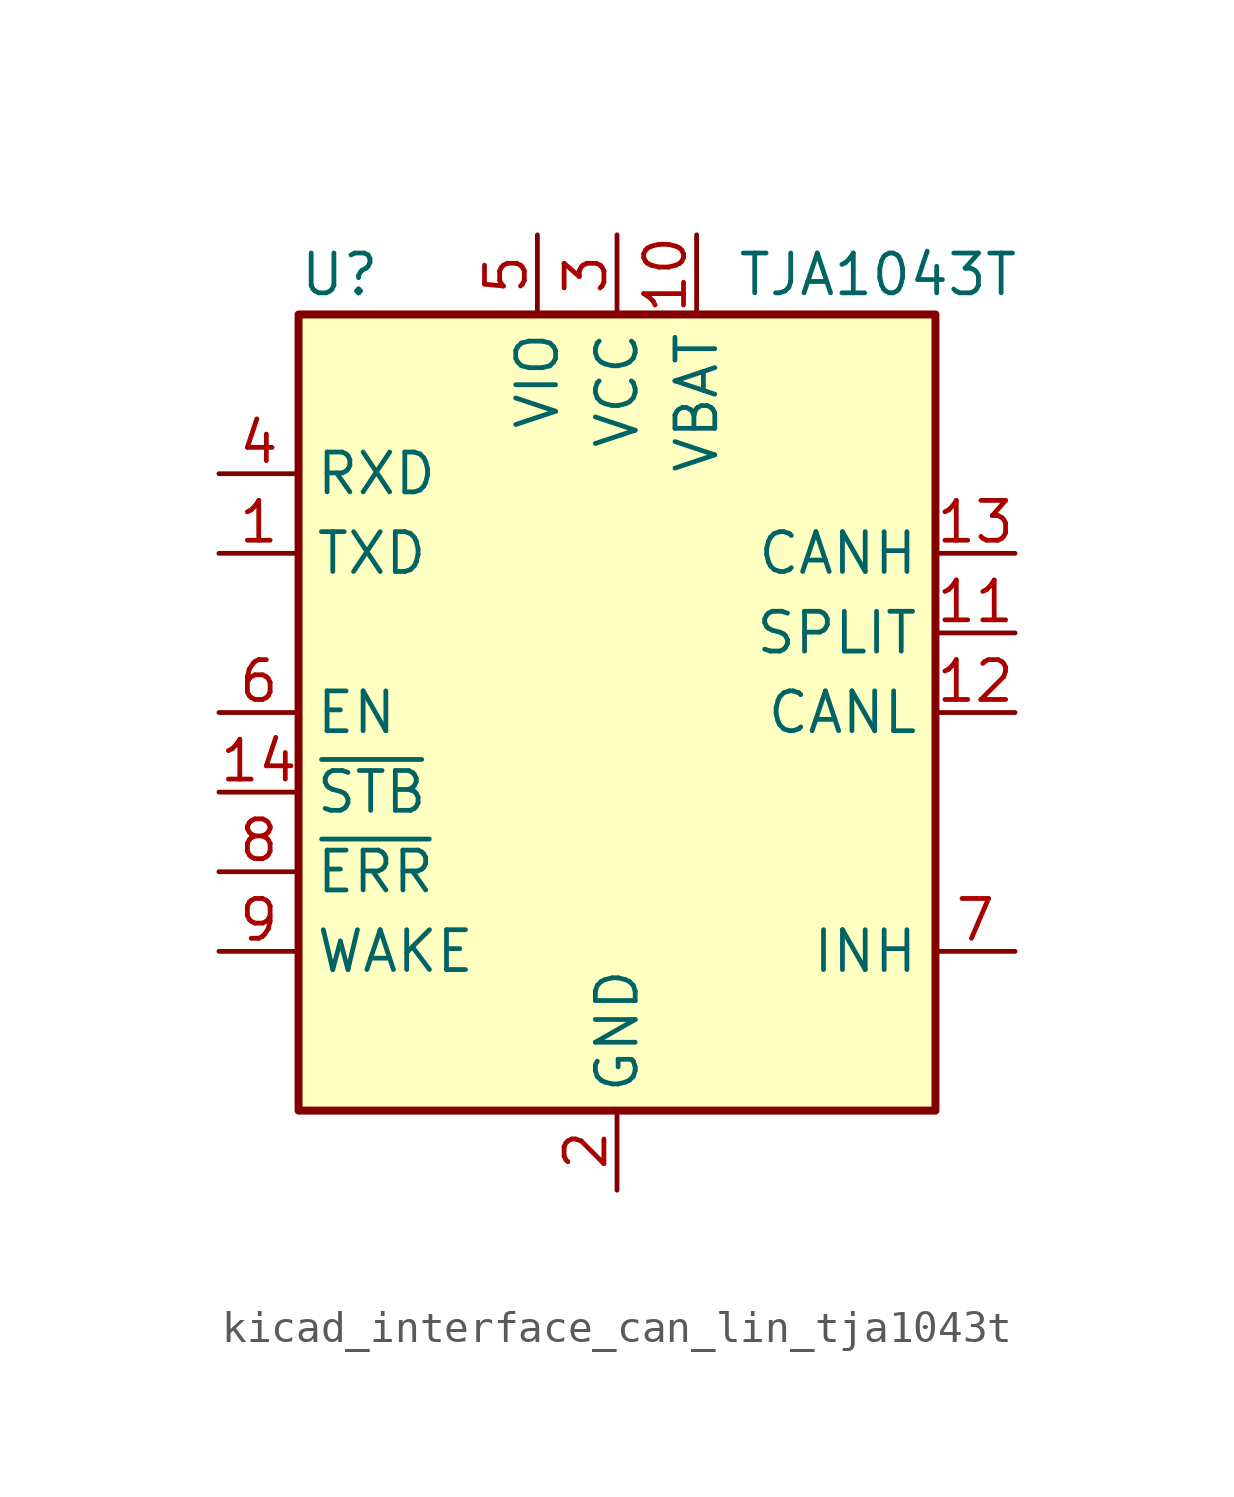
<source format=kicad_sym>
(kicad_symbol_lib
  (version 20220914)
  (generator kicad_symbol_editor)
  (symbol "kicad_interface_can_lin_tja1043t"
    (property "Reference" "U"
      (at -10.16 13.97 0)
      (effects (font (size 1.27 1.27)) (justify left)))
    (property "Value" "TJA1043T"
      (at 3.81 13.97 0)
      (effects (font (size 1.27 1.27)) (justify left)))
    (symbol "kicad_interface_can_lin_tja1043t_0_1"
      (rectangle (start -10.16 12.7) (end 10.16 -12.7) (stroke (width 0.254) (type default)) (fill (type background))))
    (symbol "kicad_interface_can_lin_tja1043t_1_1"
      (pin input line (at -12.7 5.08 0) (length 2.54) (name "TXD" (effects (font (size 1.27 1.27)))) (number "1" (effects (font (size 1.27 1.27)))))
      (pin power_in line (at 2.54 15.24 270) (length 2.54) (name "VBAT" (effects (font (size 1.27 1.27)))) (number "10" (effects (font (size 1.27 1.27)))))
      (pin output line (at 12.7 2.54 180) (length 2.54) (name "SPLIT" (effects (font (size 1.27 1.27)))) (number "11" (effects (font (size 1.27 1.27)))))
      (pin bidirectional line (at 12.7 0 180) (length 2.54) (name "CANL" (effects (font (size 1.27 1.27)))) (number "12" (effects (font (size 1.27 1.27)))))
      (pin bidirectional line (at 12.7 5.08 180) (length 2.54) (name "CANH" (effects (font (size 1.27 1.27)))) (number "13" (effects (font (size 1.27 1.27)))))
      (pin input line (at -12.7 -2.54 0) (length 2.54) (name "~{STB}" (effects (font (size 1.27 1.27)))) (number "14" (effects (font (size 1.27 1.27)))))
      (pin power_in line (at 0 -15.24 90) (length 2.54) (name "GND" (effects (font (size 1.27 1.27)))) (number "2" (effects (font (size 1.27 1.27)))))
      (pin power_in line (at 0 15.24 270) (length 2.54) (name "VCC" (effects (font (size 1.27 1.27)))) (number "3" (effects (font (size 1.27 1.27)))))
      (pin output line (at -12.7 7.62 0) (length 2.54) (name "RXD" (effects (font (size 1.27 1.27)))) (number "4" (effects (font (size 1.27 1.27)))))
      (pin power_in line (at -2.54 15.24 270) (length 2.54) (name "VIO" (effects (font (size 1.27 1.27)))) (number "5" (effects (font (size 1.27 1.27)))))
      (pin input line (at -12.7 0 0) (length 2.54) (name "EN" (effects (font (size 1.27 1.27)))) (number "6" (effects (font (size 1.27 1.27)))))
      (pin open_emitter line (at 12.7 -7.62 180) (length 2.54) (name "INH" (effects (font (size 1.27 1.27)))) (number "7" (effects (font (size 1.27 1.27)))))
      (pin output line (at -12.7 -5.08 0) (length 2.54) (name "~{ERR}" (effects (font (size 1.27 1.27)))) (number "8" (effects (font (size 1.27 1.27)))))
      (pin input line (at -12.7 -7.62 0) (length 2.54) (name "WAKE" (effects (font (size 1.27 1.27)))) (number "9" (effects (font (size 1.27 1.27))))))))
</source>
